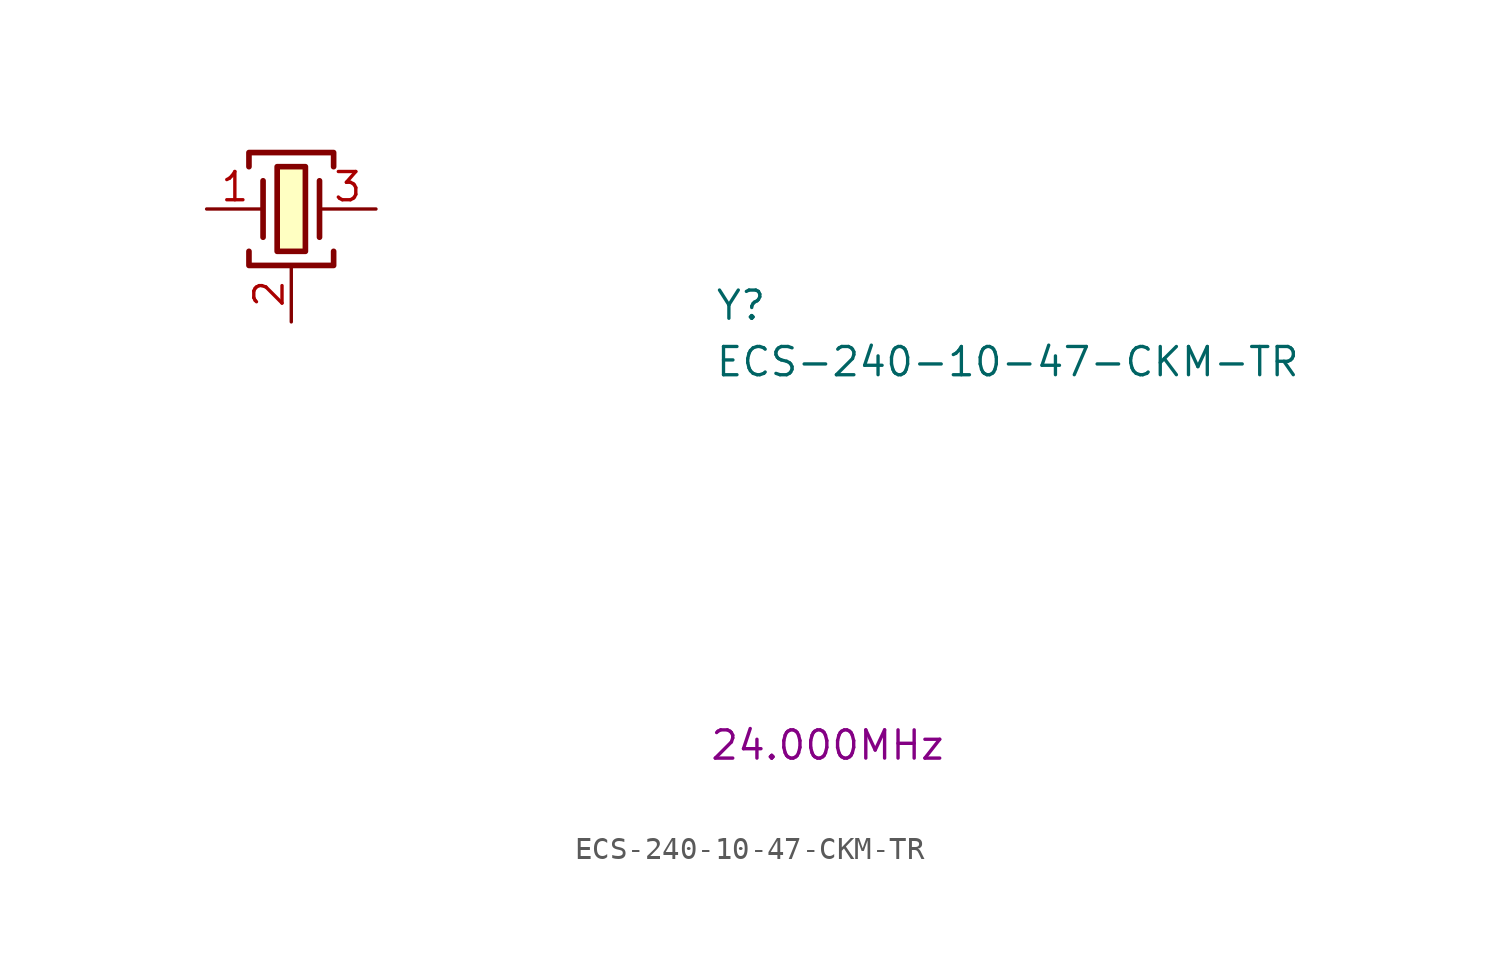
<source format=kicad_sym>
(kicad_symbol_lib
  (version 20211014)
  (generator kicad_symbol_editor)
  (symbol "ECS-240-10-47-CKM-TR"
    (pin_names hide)
    (property "Reference" "Y"
      (at 22.86 -5.08 0)
      (effects (font (size 1.27 1.27) (thickness 0.15)) (justify left bottom)))
    (property "Value" "ECS-240-10-47-CKM-TR"
      (at 22.86 -7.62 0)
      (effects (font (size 1.27 1.27) (thickness 0.15)) (justify left bottom)))
    (property "Val" "24.000MHz"
      (at 27.94 -24.13 0)
      (effects (font (size 1.27 1.27))))
    (symbol "ECS-240-10-47-CKM-TR_1_1"
      (polyline (pts (xy 2.54 1.27) (xy 2.54 -1.27)) (stroke (width 0.254) (type default) (color 0 0 0 0)) (fill (type background)))
      (polyline (pts (xy 5.08 1.27) (xy 5.08 -1.27)) (stroke (width 0.254) (type default) (color 0 0 0 0)) (fill (type background)))
      (polyline (pts (xy 1.905 -1.905) (xy 1.905 -2.54) (xy 5.715 -2.54) (xy 5.715 -1.905)) (stroke (width 0.254) (type default) (color 0 0 0 0)) (fill (type none)))
      (polyline (pts (xy 1.905 1.905) (xy 1.905 2.54) (xy 5.715 2.54) (xy 5.715 1.905)) (stroke (width 0.254) (type default) (color 0 0 0 0)) (fill (type none)))
      (rectangle (start 3.175 1.905) (end 4.445 -1.905) (stroke (width 0.254) (type default) (color 0 0 0 0)) (fill (type background)))
      (pin passive line (at 0 0 0) (length 2.54) (name "~" (effects (font (size 1.27 1.27)))) (number "1" (effects (font (size 1.27 1.27)))))
      (pin passive line (at 3.81 -5.08 90) (length 2.54) (name "SH" (effects (font (size 1.27 1.27)))) (number "2" (effects (font (size 1.27 1.27)))))
      (pin passive line (at 7.62 0 180) (length 2.54) (name "~" (effects (font (size 1.27 1.27)))) (number "3" (effects (font (size 1.27 1.27)))))
      (pin passive line (at 3.81 -5.08 90) (length 2.54) hide (name "SH" (effects (font (size 1.27 1.27)))) (number "4" (effects (font (size 1.27 1.27))))))))
</source>
